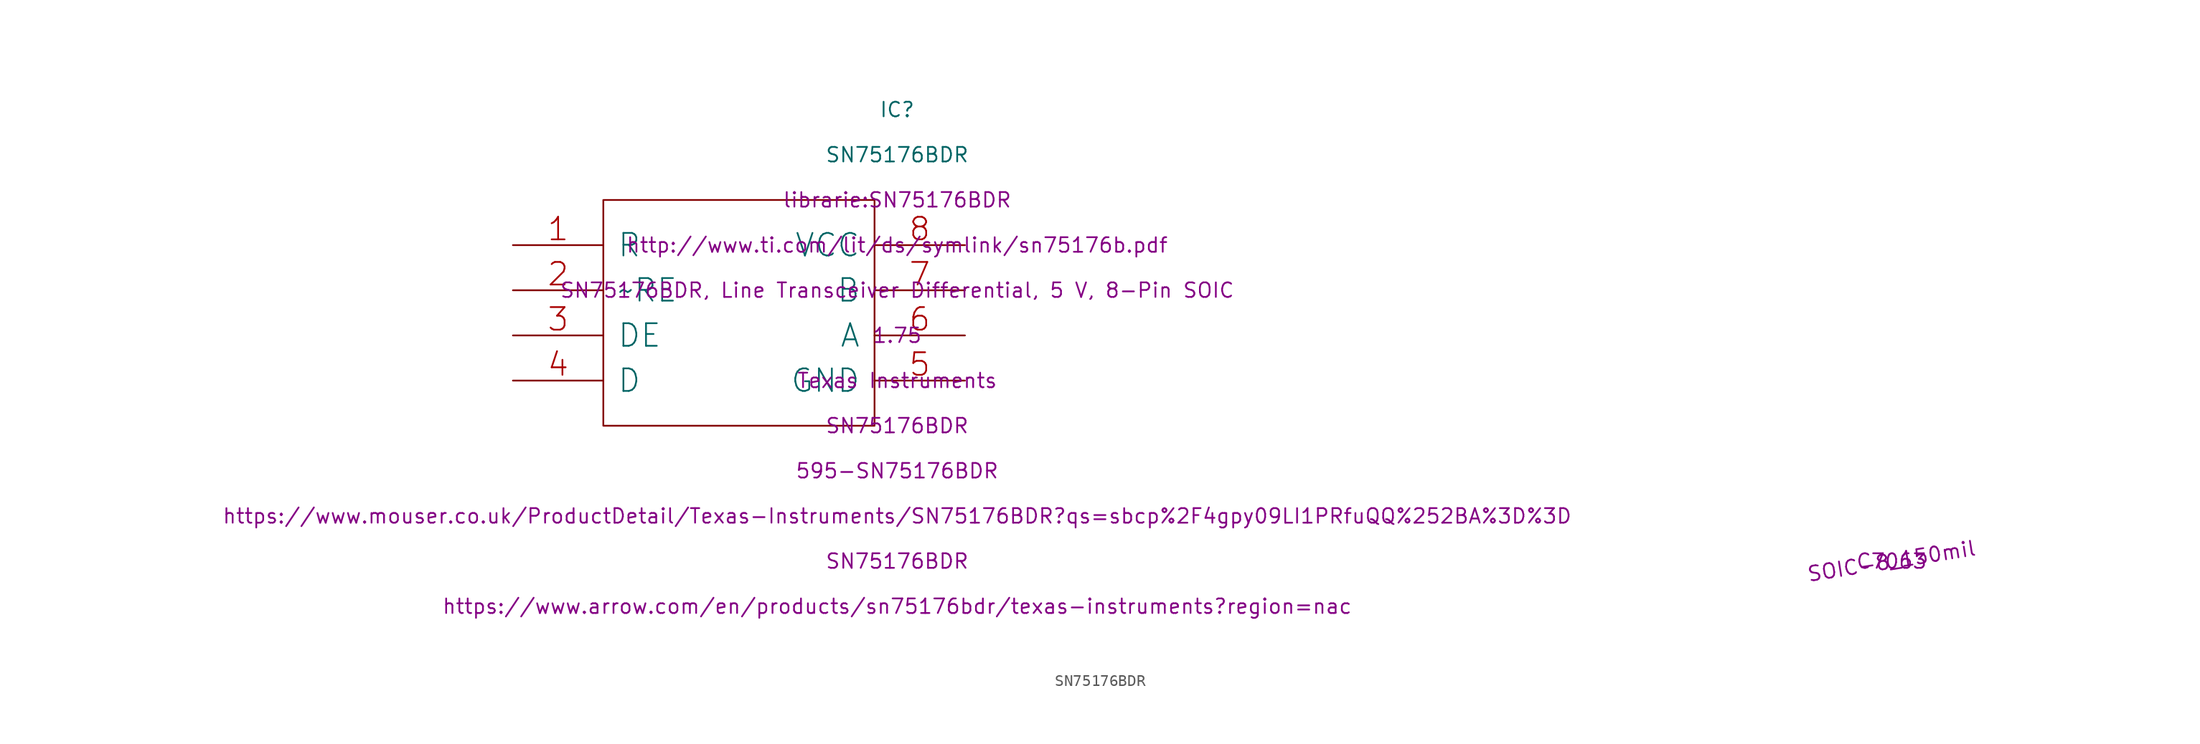
<source format=kicad_sym>
(kicad_symbol_lib
  (version 20211014)
  (generator kicad_symbol_editor)
  (symbol "SN75176BDR"
    (pin_names
      (offset 1.181))
    (property "Reference" "IC"
      (at 33.465 11.811 0)
      (effects (font (size 1.27 1.27))))
    (property "Value" "SN75176BDR"
      (at 33.465 7.874 0)
      (effects (font (size 1.27 1.27))))
    (property "Footprint" "librarie:SN75176BDR"
      (at 33.465 3.937 0)
      (effects (font (size 1.27 1.27))))
    (property "Datasheet" "http://www.ti.com/lit/ds/symlink/sn75176b.pdf"
      (at 33.465 0 0)
      (effects (font (size 1.27 1.27))))
    (property "Description" "SN75176BDR, Line Transceiver Differential, 5 V, 8-Pin SOIC"
      (at 33.465 -3.937 0)
      (effects (font (size 1.27 1.27))))
    (property "Height" "1.75"
      (at 33.465 -7.874 0)
      (effects (font (size 1.27 1.27))))
    (property "Manufacturer_Name" "Texas Instruments"
      (at 33.465 -11.811 0)
      (effects (font (size 1.27 1.27))))
    (property "Manufacturer_Part_Number" "SN75176BDR"
      (at 33.465 -15.748 0)
      (effects (font (size 1.27 1.27))))
    (property "Mouser Part Number" "595-SN75176BDR"
      (at 33.465 -19.685 0)
      (effects (font (size 1.27 1.27))))
    (property "Mouser Price/Stock" "https://www.mouser.co.uk/ProductDetail/Texas-Instruments/SN75176BDR?qs=sbcp%2F4gpy09LI1PRfuQQ%252BA%3D%3D"
      (at 33.465 -23.622 0)
      (effects (font (size 1.27 1.27))))
    (property "Arrow Part Number" "SN75176BDR"
      (at 33.465 -27.559 0)
      (effects (font (size 1.27 1.27))))
    (property "Arrow Price/Stock" "https://www.arrow.com/en/products/sn75176bdr/texas-instruments?region=nac"
      (at 33.465 -31.496 0)
      (effects (font (size 1.27 1.27))))
    (property "LCSC Part Number" "C7063"
      (at 120.079 -27.559 0)
      (effects (font (size 1.27 1.27))))
    (property "Package" "SOIC-8_150mil"
      (at 120.079 -27.559 9)
      (effects (font (size 1.27 1.27))))
    (symbol "SN75176BDR_0_0"
      (pin passive line (at 0 0 0) (length 7.874) (name "R" (effects (font (size 1.968 1.968)))) (number "1" (effects (font (size 1.968 1.968)))))
      (pin passive line (at 0 -3.937 0) (length 7.874) (name "~RE" (effects (font (size 1.968 1.968)))) (number "2" (effects (font (size 1.968 1.968)))))
      (pin passive line (at 0 -7.874 0) (length 7.874) (name "DE" (effects (font (size 1.968 1.968)))) (number "3" (effects (font (size 1.968 1.968)))))
      (pin passive line (at 0 -11.811 0) (length 7.874) (name "D" (effects (font (size 1.968 1.968)))) (number "4" (effects (font (size 1.968 1.968)))))
      (pin passive line (at 39.37 -11.811 180) (length 7.874) (name "GND" (effects (font (size 1.968 1.968)))) (number "5" (effects (font (size 1.968 1.968)))))
      (pin passive line (at 39.37 -7.874 180) (length 7.874) (name "A" (effects (font (size 1.968 1.968)))) (number "6" (effects (font (size 1.968 1.968)))))
      (pin passive line (at 39.37 -3.937 180) (length 7.874) (name "B" (effects (font (size 1.968 1.968)))) (number "7" (effects (font (size 1.968 1.968)))))
      (pin passive line (at 39.37 0 180) (length 7.874) (name "VCC" (effects (font (size 1.968 1.968)))) (number "8" (effects (font (size 1.968 1.968))))))
    (symbol "SN75176BDR_0_1"
      (polyline (pts (xy 7.874 3.937) (xy 31.496 3.937) (xy 31.496 -15.748) (xy 7.874 -15.748) (xy 7.874 3.937)) (stroke (width 0) (type default) (color 0 0 0 0)) (fill (type none))))))
</source>
